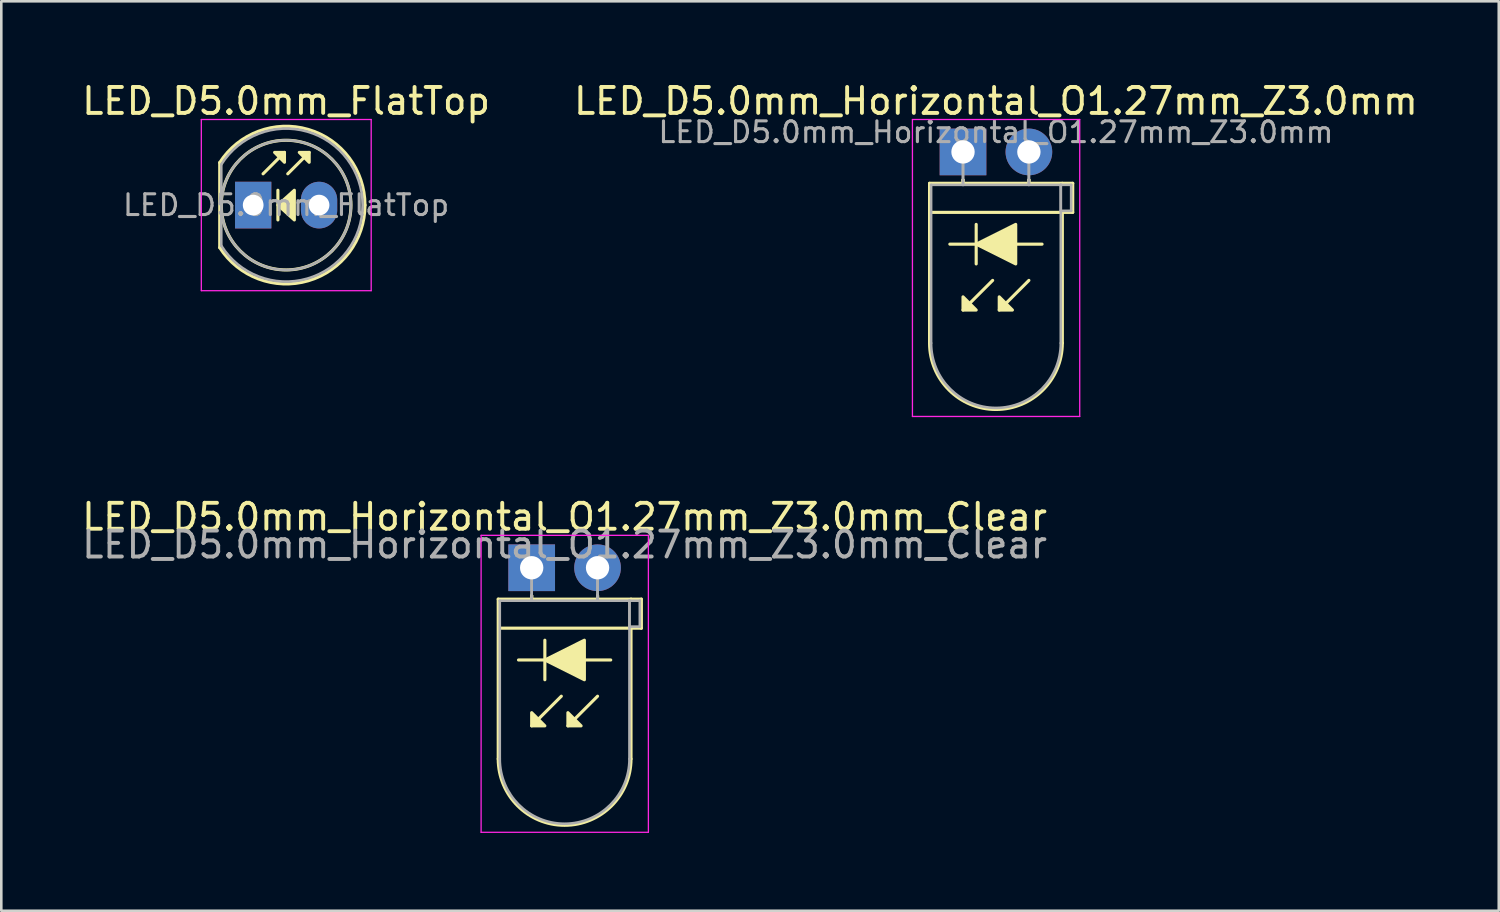
<source format=kicad_pcb>
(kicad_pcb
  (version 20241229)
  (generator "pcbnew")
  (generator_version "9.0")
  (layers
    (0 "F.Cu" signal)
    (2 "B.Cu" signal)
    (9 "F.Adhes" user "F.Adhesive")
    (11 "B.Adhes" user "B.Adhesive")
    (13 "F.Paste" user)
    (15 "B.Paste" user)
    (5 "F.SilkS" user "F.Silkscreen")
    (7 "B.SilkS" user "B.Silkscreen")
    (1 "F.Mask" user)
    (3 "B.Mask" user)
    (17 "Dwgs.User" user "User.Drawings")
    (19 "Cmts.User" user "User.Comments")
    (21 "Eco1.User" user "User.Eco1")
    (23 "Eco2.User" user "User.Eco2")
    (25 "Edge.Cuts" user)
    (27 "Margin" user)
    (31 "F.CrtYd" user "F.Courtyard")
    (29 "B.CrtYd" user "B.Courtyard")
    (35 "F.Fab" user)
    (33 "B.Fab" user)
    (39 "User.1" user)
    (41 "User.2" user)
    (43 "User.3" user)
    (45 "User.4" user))
  (footprint "LED_D5.0mm_Horizontal_O1.27mm_Z3.0mm_Clear"
    (layer "F.Cu")
    (at 17.45 18.841)
    (property "Reference" "LED_D5.0mm_Horizontal_O1.27mm_Z3.0mm_Clear" (at 1.27 -1.96 0) (layer "F.SilkS") (effects (font (size 1 1) (thickness 0.15))))
    (fp_line (start -1.29 1.21) (end -1.29 7.37) (stroke (width 0.12) (type solid)) (layer "F.SilkS"))
    (fp_line (start -1.29 1.21) (end 3.83 1.21) (stroke (width 0.12) (type solid)) (layer "F.SilkS"))
    (fp_line (start 0 1.08) (end 0 1.08) (stroke (width 0.12) (type solid)) (layer "F.SilkS"))
    (fp_line (start 0 1.08) (end 0 1.21) (stroke (width 0.12) (type solid)) (layer "F.SilkS"))
    (fp_line (start 0 1.21) (end 0 1.08) (stroke (width 0.12) (type solid)) (layer "F.SilkS"))
    (fp_line (start 0 1.21) (end 0 1.21) (stroke (width 0.12) (type solid)) (layer "F.SilkS"))
    (fp_line (start 0.508 2.794) (end 0.508 4.318) (stroke (width 0.12) (type solid)) (layer "F.SilkS"))
    (fp_line (start 0.508 3.556) (end -0.508 3.556) (stroke (width 0.12) (type solid)) (layer "F.SilkS"))
    (fp_line (start 1.143 4.953) (end 0 6.096) (stroke (width 0.12) (type solid)) (layer "F.SilkS"))
    (fp_line (start 2.54 1.08) (end 2.54 1.08) (stroke (width 0.12) (type solid)) (layer "F.SilkS"))
    (fp_line (start 2.54 1.08) (end 2.54 1.21) (stroke (width 0.12) (type solid)) (layer "F.SilkS"))
    (fp_line (start 2.54 1.21) (end 2.54 1.08) (stroke (width 0.12) (type solid)) (layer "F.SilkS"))
    (fp_line (start 2.54 1.21) (end 2.54 1.21) (stroke (width 0.12) (type solid)) (layer "F.SilkS"))
    (fp_line (start 2.54 4.953) (end 1.397 6.096) (stroke (width 0.12) (type solid)) (layer "F.SilkS"))
    (fp_line (start 3.048 3.556) (end 2.032 3.556) (stroke (width 0.12) (type solid)) (layer "F.SilkS"))
    (fp_line (start 3.83 1.21) (end 4.23 1.21) (stroke (width 0.12) (type solid)) (layer "F.SilkS"))
    (fp_line (start 3.83 2.33) (end 3.83 7.37) (stroke (width 0.12) (type solid)) (layer "F.SilkS"))
    (fp_line (start 4.23 1.21) (end 4.23 2.33) (stroke (width 0.12) (type solid)) (layer "F.SilkS"))
    (fp_line (start 4.23 2.33) (end -1.27 2.33) (stroke (width 0.12) (type solid)) (layer "F.SilkS"))
    (fp_arc (start 3.83 7.37) (mid 1.27 9.93) (end -1.29 7.37) (stroke (width 0.12) (type solid)) (layer "F.SilkS"))
    (fp_poly (pts (xy 0 5.588) (xy 0.508 6.096) (xy 0 6.096)) (stroke (width 0.12) (type solid)) (fill yes) (layer "F.SilkS"))
    (fp_poly (pts (xy 1.397 5.588) (xy 1.905 6.096) (xy 1.397 6.096)) (stroke (width 0.12) (type solid)) (fill yes) (layer "F.SilkS"))
    (fp_poly (pts (xy 2.032 4.318) (xy 0.508 3.556) (xy 2.032 2.794)) (stroke (width 0.12) (type solid)) (fill yes) (layer "F.SilkS"))
    (fp_line (start -1.95 -1.25) (end -1.95 10.2) (stroke (width 0.05) (type solid)) (layer "F.CrtYd"))
    (fp_line (start -1.95 10.2) (end 4.5 10.2) (stroke (width 0.05) (type solid)) (layer "F.CrtYd"))
    (fp_line (start 4.5 -1.25) (end -1.95 -1.25) (stroke (width 0.05) (type solid)) (layer "F.CrtYd"))
    (fp_line (start 4.5 10.2) (end 4.5 -1.25) (stroke (width 0.05) (type solid)) (layer "F.CrtYd"))
    (fp_line (start -1.23 1.27) (end -1.23 7.37) (stroke (width 0.1) (type solid)) (layer "F.Fab"))
    (fp_line (start -1.23 1.27) (end 3.77 1.27) (stroke (width 0.1) (type solid)) (layer "F.Fab"))
    (fp_line (start 0 0) (end 0 0) (stroke (width 0.1) (type solid)) (layer "F.Fab"))
    (fp_line (start 0 0) (end 0 1.27) (stroke (width 0.1) (type solid)) (layer "F.Fab"))
    (fp_line (start 0 1.27) (end 0 0) (stroke (width 0.1) (type solid)) (layer "F.Fab"))
    (fp_line (start 0 1.27) (end 0 1.27) (stroke (width 0.1) (type solid)) (layer "F.Fab"))
    (fp_line (start 2.54 0) (end 2.54 0) (stroke (width 0.1) (type solid)) (layer "F.Fab"))
    (fp_line (start 2.54 0) (end 2.54 1.27) (stroke (width 0.1) (type solid)) (layer "F.Fab"))
    (fp_line (start 2.54 1.27) (end 2.54 0) (stroke (width 0.1) (type solid)) (layer "F.Fab"))
    (fp_line (start 2.54 1.27) (end 2.54 1.27) (stroke (width 0.1) (type solid)) (layer "F.Fab"))
    (fp_line (start 3.77 1.27) (end 3.77 7.37) (stroke (width 0.1) (type solid)) (layer "F.Fab"))
    (fp_line (start 3.77 1.27) (end 4.17 1.27) (stroke (width 0.1) (type solid)) (layer "F.Fab"))
    (fp_line (start 3.77 2.27) (end 3.77 1.27) (stroke (width 0.1) (type solid)) (layer "F.Fab"))
    (fp_line (start 4.17 1.27) (end 4.17 2.27) (stroke (width 0.1) (type solid)) (layer "F.Fab"))
    (fp_line (start 4.17 2.27) (end 3.77 2.27) (stroke (width 0.1) (type solid)) (layer "F.Fab"))
    (fp_arc (start 3.77 7.37) (mid 1.27 9.87) (end -1.23 7.37) (stroke (width 0.1) (type solid)) (layer "F.Fab"))
    (fp_text user "${REFERENCE}" (at 1.27 -0.889 0) (layer "F.Fab") (effects (font (size 1 1) (thickness 0.15))))
    (pad "1" thru_hole rect (at 0 0) (size 1.8 1.8) (drill 0.9) (layers "*.Cu" "*.Mask"))
    (pad "2" thru_hole circle (at 2.54 0) (size 1.8 1.8) (drill 0.9) (layers "*.Cu" "*.Mask")))
  (footprint "LED_D5.0mm_Horizontal_O1.27mm_Z3.0mm"
    (layer "F.Cu")
    (at 34.081 2.808)
    (property "Reference" "LED_D5.0mm_Horizontal_O1.27mm_Z3.0mm" (at 1.27 -1.96 0) (layer "F.SilkS") (effects (font (size 1 1) (thickness 0.15))))
    (fp_line (start -1.29 1.21) (end -1.29 7.37) (stroke (width 0.12) (type solid)) (layer "F.SilkS"))
    (fp_line (start -1.29 1.21) (end 3.83 1.21) (stroke (width 0.12) (type solid)) (layer "F.SilkS"))
    (fp_line (start 0 1.08) (end 0 1.08) (stroke (width 0.12) (type solid)) (layer "F.SilkS"))
    (fp_line (start 0 1.08) (end 0 1.21) (stroke (width 0.12) (type solid)) (layer "F.SilkS"))
    (fp_line (start 0 1.21) (end 0 1.08) (stroke (width 0.12) (type solid)) (layer "F.SilkS"))
    (fp_line (start 0 1.21) (end 0 1.21) (stroke (width 0.12) (type solid)) (layer "F.SilkS"))
    (fp_line (start 0.508 2.794) (end 0.508 4.318) (stroke (width 0.12) (type solid)) (layer "F.SilkS"))
    (fp_line (start 0.508 3.556) (end -0.508 3.556) (stroke (width 0.12) (type solid)) (layer "F.SilkS"))
    (fp_line (start 1.143 4.953) (end 0 6.096) (stroke (width 0.12) (type solid)) (layer "F.SilkS"))
    (fp_line (start 2.54 1.08) (end 2.54 1.08) (stroke (width 0.12) (type solid)) (layer "F.SilkS"))
    (fp_line (start 2.54 1.08) (end 2.54 1.21) (stroke (width 0.12) (type solid)) (layer "F.SilkS"))
    (fp_line (start 2.54 1.21) (end 2.54 1.08) (stroke (width 0.12) (type solid)) (layer "F.SilkS"))
    (fp_line (start 2.54 1.21) (end 2.54 1.21) (stroke (width 0.12) (type solid)) (layer "F.SilkS"))
    (fp_line (start 2.54 4.953) (end 1.397 6.096) (stroke (width 0.12) (type solid)) (layer "F.SilkS"))
    (fp_line (start 3.048 3.556) (end 2.032 3.556) (stroke (width 0.12) (type solid)) (layer "F.SilkS"))
    (fp_line (start 3.83 1.21) (end 4.23 1.21) (stroke (width 0.12) (type solid)) (layer "F.SilkS"))
    (fp_line (start 3.83 2.33) (end 3.83 7.37) (stroke (width 0.12) (type solid)) (layer "F.SilkS"))
    (fp_line (start 4.23 1.21) (end 4.23 2.33) (stroke (width 0.12) (type solid)) (layer "F.SilkS"))
    (fp_line (start 4.23 2.33) (end -1.27 2.33) (stroke (width 0.12) (type solid)) (layer "F.SilkS"))
    (fp_arc (start 3.83 7.37) (mid 1.27 9.93) (end -1.29 7.37) (stroke (width 0.12) (type solid)) (layer "F.SilkS"))
    (fp_poly (pts (xy 0 5.588) (xy 0.508 6.096) (xy 0 6.096)) (stroke (width 0.12) (type solid)) (fill yes) (layer "F.SilkS"))
    (fp_poly (pts (xy 1.397 5.588) (xy 1.905 6.096) (xy 1.397 6.096)) (stroke (width 0.12) (type solid)) (fill yes) (layer "F.SilkS"))
    (fp_poly (pts (xy 2.032 4.318) (xy 0.508 3.556) (xy 2.032 2.794)) (stroke (width 0.12) (type solid)) (fill yes) (layer "F.SilkS"))
    (fp_line (start -1.95 -1.25) (end -1.95 10.2) (stroke (width 0.05) (type solid)) (layer "F.CrtYd"))
    (fp_line (start -1.95 10.2) (end 4.5 10.2) (stroke (width 0.05) (type solid)) (layer "F.CrtYd"))
    (fp_line (start 4.5 -1.25) (end -1.95 -1.25) (stroke (width 0.05) (type solid)) (layer "F.CrtYd"))
    (fp_line (start 4.5 10.2) (end 4.5 -1.25) (stroke (width 0.05) (type solid)) (layer "F.CrtYd"))
    (fp_line (start -1.23 1.27) (end -1.23 7.37) (stroke (width 0.1) (type solid)) (layer "F.Fab"))
    (fp_line (start -1.23 1.27) (end 3.77 1.27) (stroke (width 0.1) (type solid)) (layer "F.Fab"))
    (fp_line (start 0 0) (end 0 0) (stroke (width 0.1) (type solid)) (layer "F.Fab"))
    (fp_line (start 0 0) (end 0 1.27) (stroke (width 0.1) (type solid)) (layer "F.Fab"))
    (fp_line (start 0 1.27) (end 0 0) (stroke (width 0.1) (type solid)) (layer "F.Fab"))
    (fp_line (start 0 1.27) (end 0 1.27) (stroke (width 0.1) (type solid)) (layer "F.Fab"))
    (fp_line (start 2.54 0) (end 2.54 0) (stroke (width 0.1) (type solid)) (layer "F.Fab"))
    (fp_line (start 2.54 0) (end 2.54 1.27) (stroke (width 0.1) (type solid)) (layer "F.Fab"))
    (fp_line (start 2.54 1.27) (end 2.54 0) (stroke (width 0.1) (type solid)) (layer "F.Fab"))
    (fp_line (start 2.54 1.27) (end 2.54 1.27) (stroke (width 0.1) (type solid)) (layer "F.Fab"))
    (fp_line (start 3.77 1.27) (end 3.77 7.37) (stroke (width 0.1) (type solid)) (layer "F.Fab"))
    (fp_line (start 3.77 1.27) (end 4.17 1.27) (stroke (width 0.1) (type solid)) (layer "F.Fab"))
    (fp_line (start 3.77 2.27) (end 3.77 1.27) (stroke (width 0.1) (type solid)) (layer "F.Fab"))
    (fp_line (start 4.17 1.27) (end 4.17 2.27) (stroke (width 0.1) (type solid)) (layer "F.Fab"))
    (fp_line (start 4.17 2.27) (end 3.77 2.27) (stroke (width 0.1) (type solid)) (layer "F.Fab"))
    (fp_arc (start 3.77 7.37) (mid 1.27 9.87) (end -1.23 7.37) (stroke (width 0.1) (type solid)) (layer "F.Fab"))
    (fp_text user "${REFERENCE}" (at 1.27 -0.762 0) (layer "F.Fab") (effects (font (size 0.8 0.8) (thickness 0.12))))
    (pad "1" thru_hole rect (at 0 0) (size 1.8 1.8) (drill 0.9) (layers "*.Cu" "*.Mask"))
    (pad "2" thru_hole circle (at 2.54 0) (size 1.8 1.8) (drill 0.9) (layers "*.Cu" "*.Mask")))
  (footprint "LED_D5.0mm_FlatTop"
    (layer "F.Cu")
    (at 6.712 4.858)
    (property "Reference" "LED_D5.0mm_FlatTop" (at 1.27 -4.01 0) (layer "F.SilkS") (effects (font (size 1 1) (thickness 0.15))))
    (fp_line (start -1.29 -1.64) (end -1.29 1.64) (stroke (width 0.12) (type solid)) (layer "F.SilkS"))
    (fp_line (start 0.381 -1.206) (end 1.206 -2.032) (stroke (width 0.12) (type solid)) (layer "F.SilkS"))
    (fp_line (start 0.953 -0.572) (end 0.953 0.572) (stroke (width 0.12) (type solid)) (layer "F.SilkS"))
    (fp_line (start 1.333 -1.206) (end 2.159 -2.032) (stroke (width 0.12) (type solid)) (layer "F.SilkS"))
    (fp_arc (start -1.29 -1.639512) (mid 2.125106 -2.917258) (end 4.309999 0.001958) (stroke (width 0.12) (type solid)) (layer "F.SilkS"))
    (fp_arc (start 4.309999 -0.001958) (mid 2.125106 2.917258) (end -1.29 1.639512) (stroke (width 0.12) (type solid)) (layer "F.SilkS"))
    (fp_circle (center 1.27 0) (end 3.77 0) (stroke (width 0.12) (type solid)) (fill no) (layer "F.SilkS"))
    (fp_poly (pts (xy 1.206 -1.651) (xy 0.826 -2.032) (xy 1.206 -2.032)) (stroke (width 0.12) (type solid)) (fill yes) (layer "F.SilkS"))
    (fp_poly (pts (xy 1.587 0.572) (xy 0.953 0) (xy 1.587 -0.572)) (stroke (width 0.12) (type solid)) (fill yes) (layer "F.SilkS"))
    (fp_poly (pts (xy 2.159 -1.651) (xy 1.778 -2.032) (xy 2.159 -2.032)) (stroke (width 0.12) (type solid)) (fill yes) (layer "F.SilkS"))
    (fp_line (start -2 -3.3) (end -2 3.3) (stroke (width 0.05) (type solid)) (layer "F.CrtYd"))
    (fp_line (start -2 3.3) (end 4.55 3.3) (stroke (width 0.05) (type solid)) (layer "F.CrtYd"))
    (fp_line (start 4.55 -3.3) (end -2 -3.3) (stroke (width 0.05) (type solid)) (layer "F.CrtYd"))
    (fp_line (start 4.55 3.3) (end 4.55 -3.3) (stroke (width 0.05) (type solid)) (layer "F.CrtYd"))
    (fp_line (start -1.23 -1.566) (end -1.23 1.566) (stroke (width 0.1) (type solid)) (layer "F.Fab"))
    (fp_arc (start -1.23 -1.566046) (mid 4.22 0.00071) (end -1.230753 1.564843) (stroke (width 0.1) (type solid)) (layer "F.Fab"))
    (fp_circle (center 1.27 0) (end 3.77 0) (stroke (width 0.1) (type solid)) (fill no) (layer "F.Fab"))
    (fp_text user "${REFERENCE}" (at 1.27 0 0) (layer "F.Fab") (effects (font (size 0.8 0.8) (thickness 0.12))))
    (pad "1" thru_hole rect (at 0 0) (size 1.4 1.8) (drill 0.8) (layers "*.Cu" "*.Mask"))
    (pad "2" thru_hole oval (at 2.54 0) (size 1.4 1.8) (drill 0.8) (layers "*.Cu" "*.Mask")))
  (gr_rect
    (start -3 -3)
    (end 54.738 32.066)
    (stroke (width 0.1) (type default))
    (fill no)
    (layer "Edge.Cuts")))
</source>
